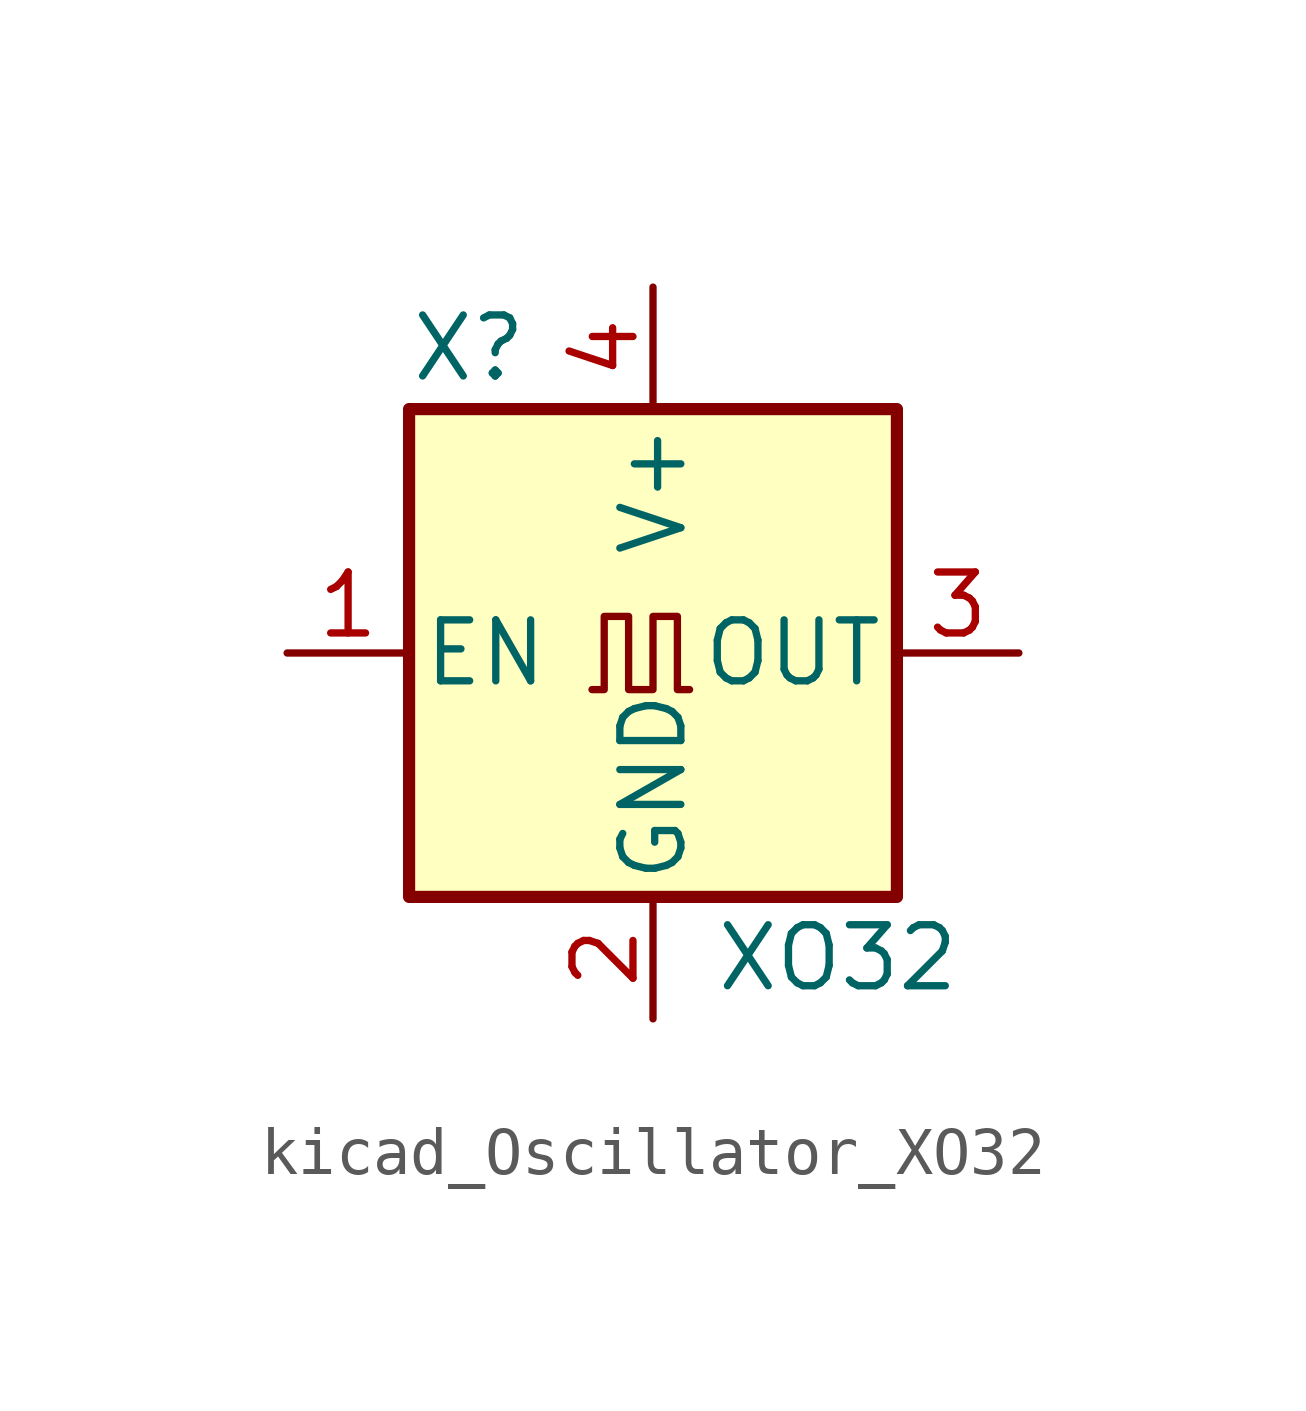
<source format=kicad_sym>
(kicad_symbol_lib
  (version 20220914)
  (generator kicad_symbol_editor)
  (symbol "kicad_Oscillator_XO32"
    (pin_names
      (offset 0.254))
    (property "Reference" "X"
      (at -5.08 6.35 0)
      (effects (font (size 1.27 1.27)) (justify left)))
    (property "Value" "XO32"
      (at 1.27 -6.35 0)
      (effects (font (size 1.27 1.27)) (justify left)))
    (symbol "kicad_Oscillator_XO32_0_1"
      (rectangle (start -5.08 5.08) (end 5.08 -5.08) (stroke (width 0.254) (type default)) (fill (type background)))
      (polyline (pts (xy -1.27 -0.762) (xy -1.016 -0.762) (xy -1.016 0.762) (xy -0.508 0.762) (xy -0.508 -0.762) (xy 0 -0.762) (xy 0 0.762) (xy 0.508 0.762) (xy 0.508 -0.762) (xy 0.762 -0.762)) (stroke (width 0) (type default)) (fill (type none))))
    (symbol "kicad_Oscillator_XO32_1_1"
      (pin input line (at -7.62 0 0) (length 2.54) (name "EN" (effects (font (size 1.27 1.27)))) (number "1" (effects (font (size 1.27 1.27)))))
      (pin power_in line (at 0 -7.62 90) (length 2.54) (name "GND" (effects (font (size 1.27 1.27)))) (number "2" (effects (font (size 1.27 1.27)))))
      (pin output line (at 7.62 0 180) (length 2.54) (name "OUT" (effects (font (size 1.27 1.27)))) (number "3" (effects (font (size 1.27 1.27)))))
      (pin power_in line (at 0 7.62 270) (length 2.54) (name "V+" (effects (font (size 1.27 1.27)))) (number "4" (effects (font (size 1.27 1.27))))))))
</source>
